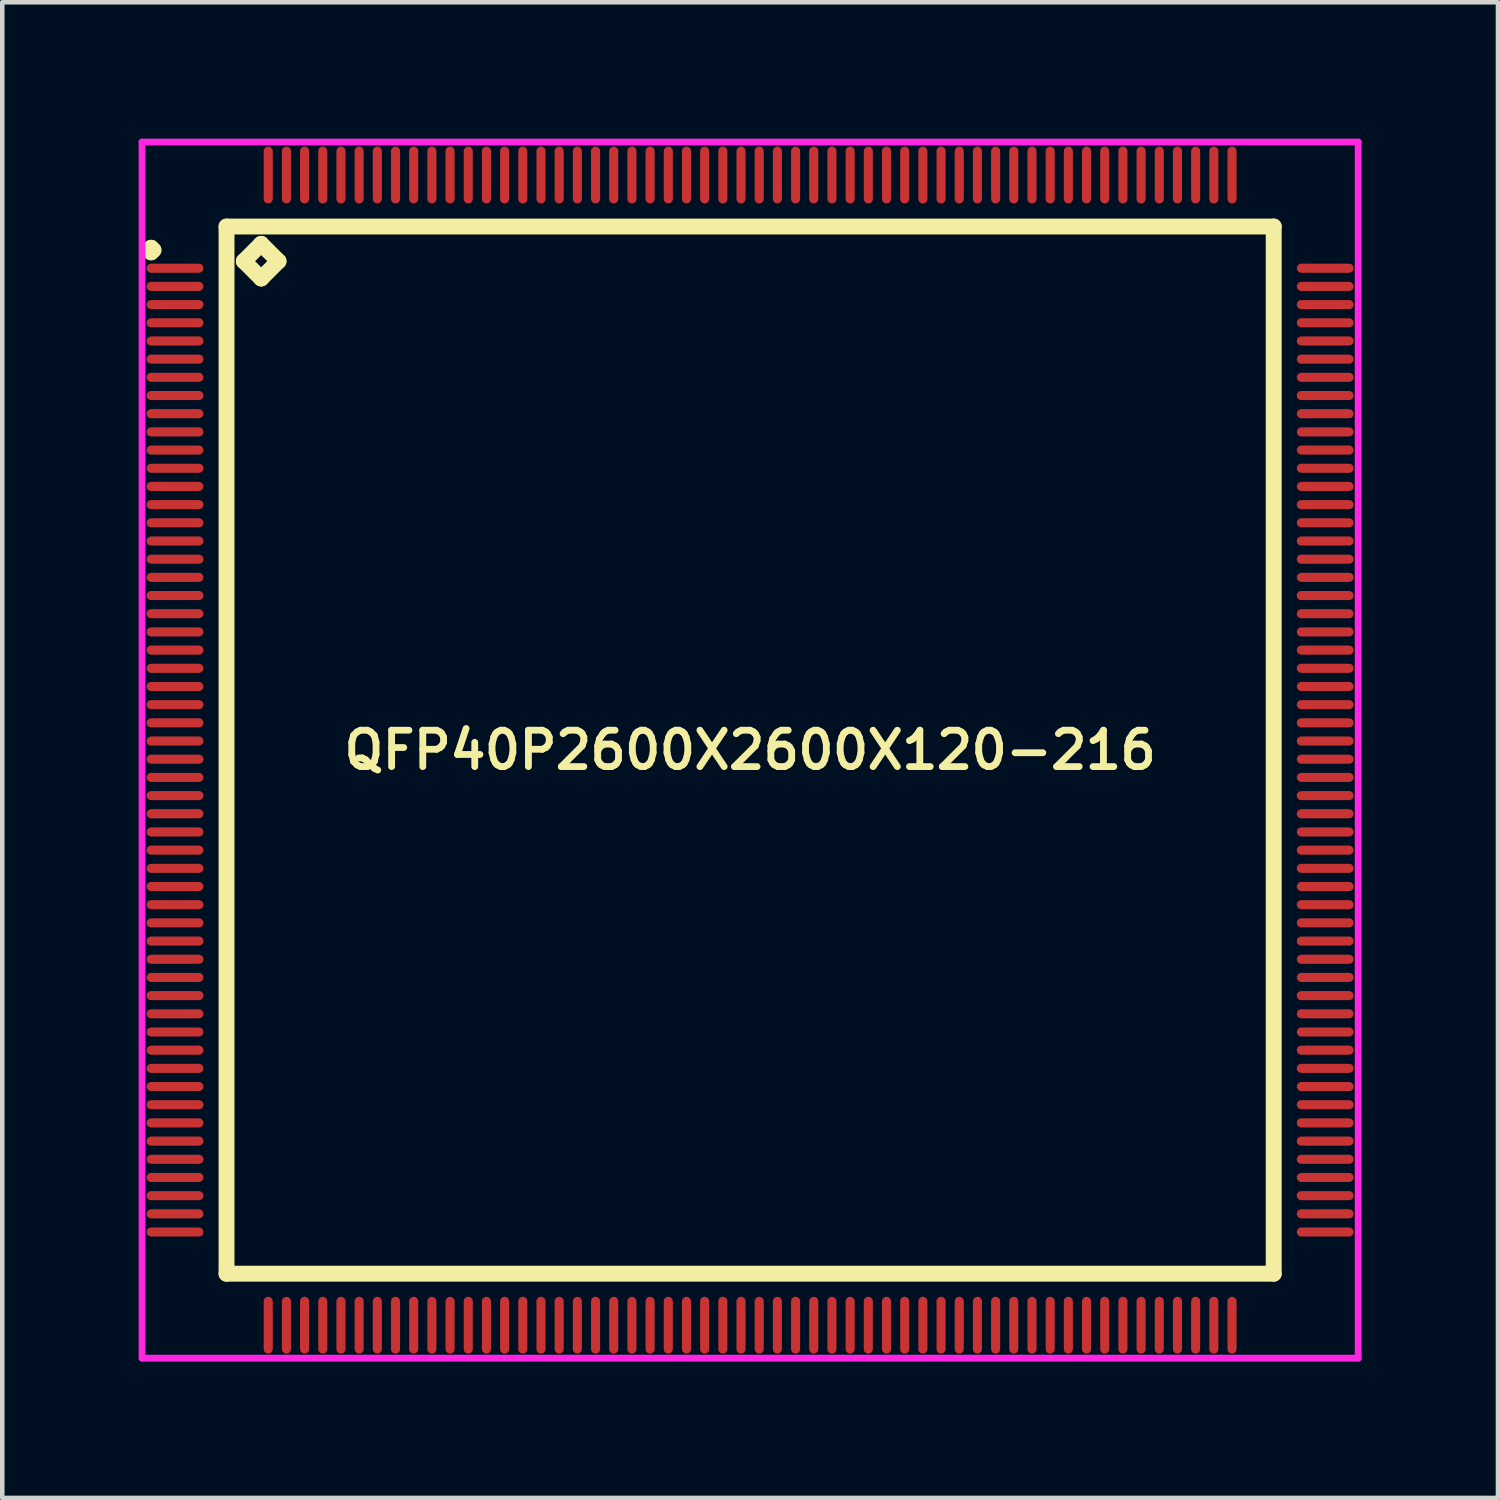
<source format=kicad_pcb>
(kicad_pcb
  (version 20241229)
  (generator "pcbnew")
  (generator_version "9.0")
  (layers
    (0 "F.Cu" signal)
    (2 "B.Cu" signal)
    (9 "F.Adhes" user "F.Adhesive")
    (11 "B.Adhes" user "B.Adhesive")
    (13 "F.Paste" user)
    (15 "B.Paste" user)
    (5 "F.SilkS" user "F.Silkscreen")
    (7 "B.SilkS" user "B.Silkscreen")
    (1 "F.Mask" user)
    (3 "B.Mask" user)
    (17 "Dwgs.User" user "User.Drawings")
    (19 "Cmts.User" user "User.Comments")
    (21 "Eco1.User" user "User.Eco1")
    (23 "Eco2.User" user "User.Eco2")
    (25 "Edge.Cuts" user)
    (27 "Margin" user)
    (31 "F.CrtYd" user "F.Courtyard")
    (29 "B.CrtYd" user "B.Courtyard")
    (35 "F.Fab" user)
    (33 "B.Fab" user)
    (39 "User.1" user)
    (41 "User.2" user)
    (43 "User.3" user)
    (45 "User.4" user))
  (footprint "QFP40P2600X2600X120-216"
    (layer "F.Cu")
    (at 13.45 13.45)
    (property "Reference" "QFP40P2600X2600X120-216" (at 0 0 0) (layer "F.SilkS") (effects (font (size 0.8 0.8) (thickness 0.15))))
    (attr smd)
    (fp_line (start -13.225 -11) (end -13.175 -11.05) (stroke (width 0.35) (type solid)) (layer "F.SilkS"))
    (fp_line (start -13.175 -11.05) (end -13.125 -11) (stroke (width 0.35) (type solid)) (layer "F.SilkS"))
    (fp_line (start -13.175 -10.95) (end -13.225 -11) (stroke (width 0.35) (type solid)) (layer "F.SilkS"))
    (fp_line (start -13.125 -11) (end -13.175 -10.95) (stroke (width 0.35) (type solid)) (layer "F.SilkS"))
    (fp_line (start -11.517 -11.517) (end -11.517 11.517) (stroke (width 0.35) (type solid)) (layer "F.SilkS"))
    (fp_line (start -11.517 11.517) (end 11.517 11.517) (stroke (width 0.35) (type solid)) (layer "F.SilkS"))
    (fp_line (start -11.136 -10.755) (end -10.755 -11.136) (stroke (width 0.35) (type solid)) (layer "F.SilkS"))
    (fp_line (start -10.755 -11.136) (end -10.374 -10.755) (stroke (width 0.35) (type solid)) (layer "F.SilkS"))
    (fp_line (start -10.755 -10.374) (end -11.136 -10.755) (stroke (width 0.35) (type solid)) (layer "F.SilkS"))
    (fp_line (start -10.374 -10.755) (end -10.755 -10.374) (stroke (width 0.35) (type solid)) (layer "F.SilkS"))
    (fp_line (start 11.517 -11.517) (end -11.517 -11.517) (stroke (width 0.35) (type solid)) (layer "F.SilkS"))
    (fp_line (start 11.517 11.517) (end 11.517 -11.517) (stroke (width 0.35) (type solid)) (layer "F.SilkS"))
    (fp_line (start -13.375 -13.375) (end 13.375 -13.375) (stroke (width 0.15) (type solid)) (layer "F.CrtYd"))
    (fp_line (start -13.375 13.375) (end -13.375 -13.375) (stroke (width 0.15) (type solid)) (layer "F.CrtYd"))
    (fp_line (start 13.375 -13.375) (end 13.375 13.375) (stroke (width 0.15) (type solid)) (layer "F.CrtYd"))
    (fp_line (start 13.375 13.375) (end -13.375 13.375) (stroke (width 0.15) (type solid)) (layer "F.CrtYd"))
    (pad "1" smd oval (at -12.65 -10.6) (size 1.25 0.2) (layers "F.Cu" "F.Mask" "F.Paste"))
    (pad "2" smd oval (at -12.65 -10.2) (size 1.25 0.2) (layers "F.Cu" "F.Mask" "F.Paste"))
    (pad "3" smd oval (at -12.65 -9.8) (size 1.25 0.2) (layers "F.Cu" "F.Mask" "F.Paste"))
    (pad "4" smd oval (at -12.65 -9.4) (size 1.25 0.2) (layers "F.Cu" "F.Mask" "F.Paste"))
    (pad "5" smd oval (at -12.65 -9) (size 1.25 0.2) (layers "F.Cu" "F.Mask" "F.Paste"))
    (pad "6" smd oval (at -12.65 -8.6) (size 1.25 0.2) (layers "F.Cu" "F.Mask" "F.Paste"))
    (pad "7" smd oval (at -12.65 -8.2) (size 1.25 0.2) (layers "F.Cu" "F.Mask" "F.Paste"))
    (pad "8" smd oval (at -12.65 -7.8) (size 1.25 0.2) (layers "F.Cu" "F.Mask" "F.Paste"))
    (pad "9" smd oval (at -12.65 -7.4) (size 1.25 0.2) (layers "F.Cu" "F.Mask" "F.Paste"))
    (pad "10" smd oval (at -12.65 -7) (size 1.25 0.2) (layers "F.Cu" "F.Mask" "F.Paste"))
    (pad "11" smd oval (at -12.65 -6.6) (size 1.25 0.2) (layers "F.Cu" "F.Mask" "F.Paste"))
    (pad "12" smd oval (at -12.65 -6.2) (size 1.25 0.2) (layers "F.Cu" "F.Mask" "F.Paste"))
    (pad "13" smd oval (at -12.65 -5.8) (size 1.25 0.2) (layers "F.Cu" "F.Mask" "F.Paste"))
    (pad "14" smd oval (at -12.65 -5.4) (size 1.25 0.2) (layers "F.Cu" "F.Mask" "F.Paste"))
    (pad "15" smd oval (at -12.65 -5) (size 1.25 0.2) (layers "F.Cu" "F.Mask" "F.Paste"))
    (pad "16" smd oval (at -12.65 -4.6) (size 1.25 0.2) (layers "F.Cu" "F.Mask" "F.Paste"))
    (pad "17" smd oval (at -12.65 -4.2) (size 1.25 0.2) (layers "F.Cu" "F.Mask" "F.Paste"))
    (pad "18" smd oval (at -12.65 -3.8) (size 1.25 0.2) (layers "F.Cu" "F.Mask" "F.Paste"))
    (pad "19" smd oval (at -12.65 -3.4) (size 1.25 0.2) (layers "F.Cu" "F.Mask" "F.Paste"))
    (pad "20" smd oval (at -12.65 -3) (size 1.25 0.2) (layers "F.Cu" "F.Mask" "F.Paste"))
    (pad "21" smd oval (at -12.65 -2.6) (size 1.25 0.2) (layers "F.Cu" "F.Mask" "F.Paste"))
    (pad "22" smd oval (at -12.65 -2.2) (size 1.25 0.2) (layers "F.Cu" "F.Mask" "F.Paste"))
    (pad "23" smd oval (at -12.65 -1.8) (size 1.25 0.2) (layers "F.Cu" "F.Mask" "F.Paste"))
    (pad "24" smd oval (at -12.65 -1.4) (size 1.25 0.2) (layers "F.Cu" "F.Mask" "F.Paste"))
    (pad "25" smd oval (at -12.65 -1) (size 1.25 0.2) (layers "F.Cu" "F.Mask" "F.Paste"))
    (pad "26" smd oval (at -12.65 -0.6) (size 1.25 0.2) (layers "F.Cu" "F.Mask" "F.Paste"))
    (pad "27" smd oval (at -12.65 -0.2) (size 1.25 0.2) (layers "F.Cu" "F.Mask" "F.Paste"))
    (pad "28" smd oval (at -12.65 0.2) (size 1.25 0.2) (layers "F.Cu" "F.Mask" "F.Paste"))
    (pad "29" smd oval (at -12.65 0.6) (size 1.25 0.2) (layers "F.Cu" "F.Mask" "F.Paste"))
    (pad "30" smd oval (at -12.65 1) (size 1.25 0.2) (layers "F.Cu" "F.Mask" "F.Paste"))
    (pad "31" smd oval (at -12.65 1.4) (size 1.25 0.2) (layers "F.Cu" "F.Mask" "F.Paste"))
    (pad "32" smd oval (at -12.65 1.8) (size 1.25 0.2) (layers "F.Cu" "F.Mask" "F.Paste"))
    (pad "33" smd oval (at -12.65 2.2) (size 1.25 0.2) (layers "F.Cu" "F.Mask" "F.Paste"))
    (pad "34" smd oval (at -12.65 2.6) (size 1.25 0.2) (layers "F.Cu" "F.Mask" "F.Paste"))
    (pad "35" smd oval (at -12.65 3) (size 1.25 0.2) (layers "F.Cu" "F.Mask" "F.Paste"))
    (pad "36" smd oval (at -12.65 3.4) (size 1.25 0.2) (layers "F.Cu" "F.Mask" "F.Paste"))
    (pad "37" smd oval (at -12.65 3.8) (size 1.25 0.2) (layers "F.Cu" "F.Mask" "F.Paste"))
    (pad "38" smd oval (at -12.65 4.2) (size 1.25 0.2) (layers "F.Cu" "F.Mask" "F.Paste"))
    (pad "39" smd oval (at -12.65 4.6) (size 1.25 0.2) (layers "F.Cu" "F.Mask" "F.Paste"))
    (pad "40" smd oval (at -12.65 5) (size 1.25 0.2) (layers "F.Cu" "F.Mask" "F.Paste"))
    (pad "41" smd oval (at -12.65 5.4) (size 1.25 0.2) (layers "F.Cu" "F.Mask" "F.Paste"))
    (pad "42" smd oval (at -12.65 5.8) (size 1.25 0.2) (layers "F.Cu" "F.Mask" "F.Paste"))
    (pad "43" smd oval (at -12.65 6.2) (size 1.25 0.2) (layers "F.Cu" "F.Mask" "F.Paste"))
    (pad "44" smd oval (at -12.65 6.6) (size 1.25 0.2) (layers "F.Cu" "F.Mask" "F.Paste"))
    (pad "45" smd oval (at -12.65 7) (size 1.25 0.2) (layers "F.Cu" "F.Mask" "F.Paste"))
    (pad "46" smd oval (at -12.65 7.4) (size 1.25 0.2) (layers "F.Cu" "F.Mask" "F.Paste"))
    (pad "47" smd oval (at -12.65 7.8) (size 1.25 0.2) (layers "F.Cu" "F.Mask" "F.Paste"))
    (pad "48" smd oval (at -12.65 8.2) (size 1.25 0.2) (layers "F.Cu" "F.Mask" "F.Paste"))
    (pad "49" smd oval (at -12.65 8.6) (size 1.25 0.2) (layers "F.Cu" "F.Mask" "F.Paste"))
    (pad "50" smd oval (at -12.65 9) (size 1.25 0.2) (layers "F.Cu" "F.Mask" "F.Paste"))
    (pad "51" smd oval (at -12.65 9.4) (size 1.25 0.2) (layers "F.Cu" "F.Mask" "F.Paste"))
    (pad "52" smd oval (at -12.65 9.8) (size 1.25 0.2) (layers "F.Cu" "F.Mask" "F.Paste"))
    (pad "53" smd oval (at -12.65 10.2) (size 1.25 0.2) (layers "F.Cu" "F.Mask" "F.Paste"))
    (pad "54" smd oval (at -12.65 10.6) (size 1.25 0.2) (layers "F.Cu" "F.Mask" "F.Paste"))
    (pad "55" smd oval (at -10.6 12.65) (size 0.2 1.25) (layers "F.Cu" "F.Mask" "F.Paste"))
    (pad "56" smd oval (at -10.2 12.65) (size 0.2 1.25) (layers "F.Cu" "F.Mask" "F.Paste"))
    (pad "57" smd oval (at -9.8 12.65) (size 0.2 1.25) (layers "F.Cu" "F.Mask" "F.Paste"))
    (pad "58" smd oval (at -9.4 12.65) (size 0.2 1.25) (layers "F.Cu" "F.Mask" "F.Paste"))
    (pad "59" smd oval (at -9 12.65) (size 0.2 1.25) (layers "F.Cu" "F.Mask" "F.Paste"))
    (pad "60" smd oval (at -8.6 12.65) (size 0.2 1.25) (layers "F.Cu" "F.Mask" "F.Paste"))
    (pad "61" smd oval (at -8.2 12.65) (size 0.2 1.25) (layers "F.Cu" "F.Mask" "F.Paste"))
    (pad "62" smd oval (at -7.8 12.65) (size 0.2 1.25) (layers "F.Cu" "F.Mask" "F.Paste"))
    (pad "63" smd oval (at -7.4 12.65) (size 0.2 1.25) (layers "F.Cu" "F.Mask" "F.Paste"))
    (pad "64" smd oval (at -7 12.65) (size 0.2 1.25) (layers "F.Cu" "F.Mask" "F.Paste"))
    (pad "65" smd oval (at -6.6 12.65) (size 0.2 1.25) (layers "F.Cu" "F.Mask" "F.Paste"))
    (pad "66" smd oval (at -6.2 12.65) (size 0.2 1.25) (layers "F.Cu" "F.Mask" "F.Paste"))
    (pad "67" smd oval (at -5.8 12.65) (size 0.2 1.25) (layers "F.Cu" "F.Mask" "F.Paste"))
    (pad "68" smd oval (at -5.4 12.65) (size 0.2 1.25) (layers "F.Cu" "F.Mask" "F.Paste"))
    (pad "69" smd oval (at -5 12.65) (size 0.2 1.25) (layers "F.Cu" "F.Mask" "F.Paste"))
    (pad "70" smd oval (at -4.6 12.65) (size 0.2 1.25) (layers "F.Cu" "F.Mask" "F.Paste"))
    (pad "71" smd oval (at -4.2 12.65) (size 0.2 1.25) (layers "F.Cu" "F.Mask" "F.Paste"))
    (pad "72" smd oval (at -3.8 12.65) (size 0.2 1.25) (layers "F.Cu" "F.Mask" "F.Paste"))
    (pad "73" smd oval (at -3.4 12.65) (size 0.2 1.25) (layers "F.Cu" "F.Mask" "F.Paste"))
    (pad "74" smd oval (at -3 12.65) (size 0.2 1.25) (layers "F.Cu" "F.Mask" "F.Paste"))
    (pad "75" smd oval (at -2.6 12.65) (size 0.2 1.25) (layers "F.Cu" "F.Mask" "F.Paste"))
    (pad "76" smd oval (at -2.2 12.65) (size 0.2 1.25) (layers "F.Cu" "F.Mask" "F.Paste"))
    (pad "77" smd oval (at -1.8 12.65) (size 0.2 1.25) (layers "F.Cu" "F.Mask" "F.Paste"))
    (pad "78" smd oval (at -1.4 12.65) (size 0.2 1.25) (layers "F.Cu" "F.Mask" "F.Paste"))
    (pad "79" smd oval (at -1 12.65) (size 0.2 1.25) (layers "F.Cu" "F.Mask" "F.Paste"))
    (pad "80" smd oval (at -0.6 12.65) (size 0.2 1.25) (layers "F.Cu" "F.Mask" "F.Paste"))
    (pad "81" smd oval (at -0.2 12.65) (size 0.2 1.25) (layers "F.Cu" "F.Mask" "F.Paste"))
    (pad "82" smd oval (at 0.2 12.65) (size 0.2 1.25) (layers "F.Cu" "F.Mask" "F.Paste"))
    (pad "83" smd oval (at 0.6 12.65) (size 0.2 1.25) (layers "F.Cu" "F.Mask" "F.Paste"))
    (pad "84" smd oval (at 1 12.65) (size 0.2 1.25) (layers "F.Cu" "F.Mask" "F.Paste"))
    (pad "85" smd oval (at 1.4 12.65) (size 0.2 1.25) (layers "F.Cu" "F.Mask" "F.Paste"))
    (pad "86" smd oval (at 1.8 12.65) (size 0.2 1.25) (layers "F.Cu" "F.Mask" "F.Paste"))
    (pad "87" smd oval (at 2.2 12.65) (size 0.2 1.25) (layers "F.Cu" "F.Mask" "F.Paste"))
    (pad "88" smd oval (at 2.6 12.65) (size 0.2 1.25) (layers "F.Cu" "F.Mask" "F.Paste"))
    (pad "89" smd oval (at 3 12.65) (size 0.2 1.25) (layers "F.Cu" "F.Mask" "F.Paste"))
    (pad "90" smd oval (at 3.4 12.65) (size 0.2 1.25) (layers "F.Cu" "F.Mask" "F.Paste"))
    (pad "91" smd oval (at 3.8 12.65) (size 0.2 1.25) (layers "F.Cu" "F.Mask" "F.Paste"))
    (pad "92" smd oval (at 4.2 12.65) (size 0.2 1.25) (layers "F.Cu" "F.Mask" "F.Paste"))
    (pad "93" smd oval (at 4.6 12.65) (size 0.2 1.25) (layers "F.Cu" "F.Mask" "F.Paste"))
    (pad "94" smd oval (at 5 12.65) (size 0.2 1.25) (layers "F.Cu" "F.Mask" "F.Paste"))
    (pad "95" smd oval (at 5.4 12.65) (size 0.2 1.25) (layers "F.Cu" "F.Mask" "F.Paste"))
    (pad "96" smd oval (at 5.8 12.65) (size 0.2 1.25) (layers "F.Cu" "F.Mask" "F.Paste"))
    (pad "97" smd oval (at 6.2 12.65) (size 0.2 1.25) (layers "F.Cu" "F.Mask" "F.Paste"))
    (pad "98" smd oval (at 6.6 12.65) (size 0.2 1.25) (layers "F.Cu" "F.Mask" "F.Paste"))
    (pad "99" smd oval (at 7 12.65) (size 0.2 1.25) (layers "F.Cu" "F.Mask" "F.Paste"))
    (pad "100" smd oval (at 7.4 12.65) (size 0.2 1.25) (layers "F.Cu" "F.Mask" "F.Paste"))
    (pad "101" smd oval (at 7.8 12.65) (size 0.2 1.25) (layers "F.Cu" "F.Mask" "F.Paste"))
    (pad "102" smd oval (at 8.2 12.65) (size 0.2 1.25) (layers "F.Cu" "F.Mask" "F.Paste"))
    (pad "103" smd oval (at 8.6 12.65) (size 0.2 1.25) (layers "F.Cu" "F.Mask" "F.Paste"))
    (pad "104" smd oval (at 9 12.65) (size 0.2 1.25) (layers "F.Cu" "F.Mask" "F.Paste"))
    (pad "105" smd oval (at 9.4 12.65) (size 0.2 1.25) (layers "F.Cu" "F.Mask" "F.Paste"))
    (pad "106" smd oval (at 9.8 12.65) (size 0.2 1.25) (layers "F.Cu" "F.Mask" "F.Paste"))
    (pad "107" smd oval (at 10.2 12.65) (size 0.2 1.25) (layers "F.Cu" "F.Mask" "F.Paste"))
    (pad "108" smd oval (at 10.6 12.65) (size 0.2 1.25) (layers "F.Cu" "F.Mask" "F.Paste"))
    (pad "109" smd oval (at 12.65 10.6) (size 1.25 0.2) (layers "F.Cu" "F.Mask" "F.Paste"))
    (pad "110" smd oval (at 12.65 10.2) (size 1.25 0.2) (layers "F.Cu" "F.Mask" "F.Paste"))
    (pad "111" smd oval (at 12.65 9.8) (size 1.25 0.2) (layers "F.Cu" "F.Mask" "F.Paste"))
    (pad "112" smd oval (at 12.65 9.4) (size 1.25 0.2) (layers "F.Cu" "F.Mask" "F.Paste"))
    (pad "113" smd oval (at 12.65 9) (size 1.25 0.2) (layers "F.Cu" "F.Mask" "F.Paste"))
    (pad "114" smd oval (at 12.65 8.6) (size 1.25 0.2) (layers "F.Cu" "F.Mask" "F.Paste"))
    (pad "115" smd oval (at 12.65 8.2) (size 1.25 0.2) (layers "F.Cu" "F.Mask" "F.Paste"))
    (pad "116" smd oval (at 12.65 7.8) (size 1.25 0.2) (layers "F.Cu" "F.Mask" "F.Paste"))
    (pad "117" smd oval (at 12.65 7.4) (size 1.25 0.2) (layers "F.Cu" "F.Mask" "F.Paste"))
    (pad "118" smd oval (at 12.65 7) (size 1.25 0.2) (layers "F.Cu" "F.Mask" "F.Paste"))
    (pad "119" smd oval (at 12.65 6.6) (size 1.25 0.2) (layers "F.Cu" "F.Mask" "F.Paste"))
    (pad "120" smd oval (at 12.65 6.2) (size 1.25 0.2) (layers "F.Cu" "F.Mask" "F.Paste"))
    (pad "121" smd oval (at 12.65 5.8) (size 1.25 0.2) (layers "F.Cu" "F.Mask" "F.Paste"))
    (pad "122" smd oval (at 12.65 5.4) (size 1.25 0.2) (layers "F.Cu" "F.Mask" "F.Paste"))
    (pad "123" smd oval (at 12.65 5) (size 1.25 0.2) (layers "F.Cu" "F.Mask" "F.Paste"))
    (pad "124" smd oval (at 12.65 4.6) (size 1.25 0.2) (layers "F.Cu" "F.Mask" "F.Paste"))
    (pad "125" smd oval (at 12.65 4.2) (size 1.25 0.2) (layers "F.Cu" "F.Mask" "F.Paste"))
    (pad "126" smd oval (at 12.65 3.8) (size 1.25 0.2) (layers "F.Cu" "F.Mask" "F.Paste"))
    (pad "127" smd oval (at 12.65 3.4) (size 1.25 0.2) (layers "F.Cu" "F.Mask" "F.Paste"))
    (pad "128" smd oval (at 12.65 3) (size 1.25 0.2) (layers "F.Cu" "F.Mask" "F.Paste"))
    (pad "129" smd oval (at 12.65 2.6) (size 1.25 0.2) (layers "F.Cu" "F.Mask" "F.Paste"))
    (pad "130" smd oval (at 12.65 2.2) (size 1.25 0.2) (layers "F.Cu" "F.Mask" "F.Paste"))
    (pad "131" smd oval (at 12.65 1.8) (size 1.25 0.2) (layers "F.Cu" "F.Mask" "F.Paste"))
    (pad "132" smd oval (at 12.65 1.4) (size 1.25 0.2) (layers "F.Cu" "F.Mask" "F.Paste"))
    (pad "133" smd oval (at 12.65 1) (size 1.25 0.2) (layers "F.Cu" "F.Mask" "F.Paste"))
    (pad "134" smd oval (at 12.65 0.6) (size 1.25 0.2) (layers "F.Cu" "F.Mask" "F.Paste"))
    (pad "135" smd oval (at 12.65 0.2) (size 1.25 0.2) (layers "F.Cu" "F.Mask" "F.Paste"))
    (pad "136" smd oval (at 12.65 -0.2) (size 1.25 0.2) (layers "F.Cu" "F.Mask" "F.Paste"))
    (pad "137" smd oval (at 12.65 -0.6) (size 1.25 0.2) (layers "F.Cu" "F.Mask" "F.Paste"))
    (pad "138" smd oval (at 12.65 -1) (size 1.25 0.2) (layers "F.Cu" "F.Mask" "F.Paste"))
    (pad "139" smd oval (at 12.65 -1.4) (size 1.25 0.2) (layers "F.Cu" "F.Mask" "F.Paste"))
    (pad "140" smd oval (at 12.65 -1.8) (size 1.25 0.2) (layers "F.Cu" "F.Mask" "F.Paste"))
    (pad "141" smd oval (at 12.65 -2.2) (size 1.25 0.2) (layers "F.Cu" "F.Mask" "F.Paste"))
    (pad "142" smd oval (at 12.65 -2.6) (size 1.25 0.2) (layers "F.Cu" "F.Mask" "F.Paste"))
    (pad "143" smd oval (at 12.65 -3) (size 1.25 0.2) (layers "F.Cu" "F.Mask" "F.Paste"))
    (pad "144" smd oval (at 12.65 -3.4) (size 1.25 0.2) (layers "F.Cu" "F.Mask" "F.Paste"))
    (pad "145" smd oval (at 12.65 -3.8) (size 1.25 0.2) (layers "F.Cu" "F.Mask" "F.Paste"))
    (pad "146" smd oval (at 12.65 -4.2) (size 1.25 0.2) (layers "F.Cu" "F.Mask" "F.Paste"))
    (pad "147" smd oval (at 12.65 -4.6) (size 1.25 0.2) (layers "F.Cu" "F.Mask" "F.Paste"))
    (pad "148" smd oval (at 12.65 -5) (size 1.25 0.2) (layers "F.Cu" "F.Mask" "F.Paste"))
    (pad "149" smd oval (at 12.65 -5.4) (size 1.25 0.2) (layers "F.Cu" "F.Mask" "F.Paste"))
    (pad "150" smd oval (at 12.65 -5.8) (size 1.25 0.2) (layers "F.Cu" "F.Mask" "F.Paste"))
    (pad "151" smd oval (at 12.65 -6.2) (size 1.25 0.2) (layers "F.Cu" "F.Mask" "F.Paste"))
    (pad "152" smd oval (at 12.65 -6.6) (size 1.25 0.2) (layers "F.Cu" "F.Mask" "F.Paste"))
    (pad "153" smd oval (at 12.65 -7) (size 1.25 0.2) (layers "F.Cu" "F.Mask" "F.Paste"))
    (pad "154" smd oval (at 12.65 -7.4) (size 1.25 0.2) (layers "F.Cu" "F.Mask" "F.Paste"))
    (pad "155" smd oval (at 12.65 -7.8) (size 1.25 0.2) (layers "F.Cu" "F.Mask" "F.Paste"))
    (pad "156" smd oval (at 12.65 -8.2) (size 1.25 0.2) (layers "F.Cu" "F.Mask" "F.Paste"))
    (pad "157" smd oval (at 12.65 -8.6) (size 1.25 0.2) (layers "F.Cu" "F.Mask" "F.Paste"))
    (pad "158" smd oval (at 12.65 -9) (size 1.25 0.2) (layers "F.Cu" "F.Mask" "F.Paste"))
    (pad "159" smd oval (at 12.65 -9.4) (size 1.25 0.2) (layers "F.Cu" "F.Mask" "F.Paste"))
    (pad "160" smd oval (at 12.65 -9.8) (size 1.25 0.2) (layers "F.Cu" "F.Mask" "F.Paste"))
    (pad "161" smd oval (at 12.65 -10.2) (size 1.25 0.2) (layers "F.Cu" "F.Mask" "F.Paste"))
    (pad "162" smd oval (at 12.65 -10.6) (size 1.25 0.2) (layers "F.Cu" "F.Mask" "F.Paste"))
    (pad "163" smd oval (at 10.6 -12.65) (size 0.2 1.25) (layers "F.Cu" "F.Mask" "F.Paste"))
    (pad "164" smd oval (at 10.2 -12.65) (size 0.2 1.25) (layers "F.Cu" "F.Mask" "F.Paste"))
    (pad "165" smd oval (at 9.8 -12.65) (size 0.2 1.25) (layers "F.Cu" "F.Mask" "F.Paste"))
    (pad "166" smd oval (at 9.4 -12.65) (size 0.2 1.25) (layers "F.Cu" "F.Mask" "F.Paste"))
    (pad "167" smd oval (at 9 -12.65) (size 0.2 1.25) (layers "F.Cu" "F.Mask" "F.Paste"))
    (pad "168" smd oval (at 8.6 -12.65) (size 0.2 1.25) (layers "F.Cu" "F.Mask" "F.Paste"))
    (pad "169" smd oval (at 8.2 -12.65) (size 0.2 1.25) (layers "F.Cu" "F.Mask" "F.Paste"))
    (pad "170" smd oval (at 7.8 -12.65) (size 0.2 1.25) (layers "F.Cu" "F.Mask" "F.Paste"))
    (pad "171" smd oval (at 7.4 -12.65) (size 0.2 1.25) (layers "F.Cu" "F.Mask" "F.Paste"))
    (pad "172" smd oval (at 7 -12.65) (size 0.2 1.25) (layers "F.Cu" "F.Mask" "F.Paste"))
    (pad "173" smd oval (at 6.6 -12.65) (size 0.2 1.25) (layers "F.Cu" "F.Mask" "F.Paste"))
    (pad "174" smd oval (at 6.2 -12.65) (size 0.2 1.25) (layers "F.Cu" "F.Mask" "F.Paste"))
    (pad "175" smd oval (at 5.8 -12.65) (size 0.2 1.25) (layers "F.Cu" "F.Mask" "F.Paste"))
    (pad "176" smd oval (at 5.4 -12.65) (size 0.2 1.25) (layers "F.Cu" "F.Mask" "F.Paste"))
    (pad "177" smd oval (at 5 -12.65) (size 0.2 1.25) (layers "F.Cu" "F.Mask" "F.Paste"))
    (pad "178" smd oval (at 4.6 -12.65) (size 0.2 1.25) (layers "F.Cu" "F.Mask" "F.Paste"))
    (pad "179" smd oval (at 4.2 -12.65) (size 0.2 1.25) (layers "F.Cu" "F.Mask" "F.Paste"))
    (pad "180" smd oval (at 3.8 -12.65) (size 0.2 1.25) (layers "F.Cu" "F.Mask" "F.Paste"))
    (pad "181" smd oval (at 3.4 -12.65) (size 0.2 1.25) (layers "F.Cu" "F.Mask" "F.Paste"))
    (pad "182" smd oval (at 3 -12.65) (size 0.2 1.25) (layers "F.Cu" "F.Mask" "F.Paste"))
    (pad "183" smd oval (at 2.6 -12.65) (size 0.2 1.25) (layers "F.Cu" "F.Mask" "F.Paste"))
    (pad "184" smd oval (at 2.2 -12.65) (size 0.2 1.25) (layers "F.Cu" "F.Mask" "F.Paste"))
    (pad "185" smd oval (at 1.8 -12.65) (size 0.2 1.25) (layers "F.Cu" "F.Mask" "F.Paste"))
    (pad "186" smd oval (at 1.4 -12.65) (size 0.2 1.25) (layers "F.Cu" "F.Mask" "F.Paste"))
    (pad "187" smd oval (at 1 -12.65) (size 0.2 1.25) (layers "F.Cu" "F.Mask" "F.Paste"))
    (pad "188" smd oval (at 0.6 -12.65) (size 0.2 1.25) (layers "F.Cu" "F.Mask" "F.Paste"))
    (pad "189" smd oval (at 0.2 -12.65) (size 0.2 1.25) (layers "F.Cu" "F.Mask" "F.Paste"))
    (pad "190" smd oval (at -0.2 -12.65) (size 0.2 1.25) (layers "F.Cu" "F.Mask" "F.Paste"))
    (pad "191" smd oval (at -0.6 -12.65) (size 0.2 1.25) (layers "F.Cu" "F.Mask" "F.Paste"))
    (pad "192" smd oval (at -1 -12.65) (size 0.2 1.25) (layers "F.Cu" "F.Mask" "F.Paste"))
    (pad "193" smd oval (at -1.4 -12.65) (size 0.2 1.25) (layers "F.Cu" "F.Mask" "F.Paste"))
    (pad "194" smd oval (at -1.8 -12.65) (size 0.2 1.25) (layers "F.Cu" "F.Mask" "F.Paste"))
    (pad "195" smd oval (at -2.2 -12.65) (size 0.2 1.25) (layers "F.Cu" "F.Mask" "F.Paste"))
    (pad "196" smd oval (at -2.6 -12.65) (size 0.2 1.25) (layers "F.Cu" "F.Mask" "F.Paste"))
    (pad "197" smd oval (at -3 -12.65) (size 0.2 1.25) (layers "F.Cu" "F.Mask" "F.Paste"))
    (pad "198" smd oval (at -3.4 -12.65) (size 0.2 1.25) (layers "F.Cu" "F.Mask" "F.Paste"))
    (pad "199" smd oval (at -3.8 -12.65) (size 0.2 1.25) (layers "F.Cu" "F.Mask" "F.Paste"))
    (pad "200" smd oval (at -4.2 -12.65) (size 0.2 1.25) (layers "F.Cu" "F.Mask" "F.Paste"))
    (pad "201" smd oval (at -4.6 -12.65) (size 0.2 1.25) (layers "F.Cu" "F.Mask" "F.Paste"))
    (pad "202" smd oval (at -5 -12.65) (size 0.2 1.25) (layers "F.Cu" "F.Mask" "F.Paste"))
    (pad "203" smd oval (at -5.4 -12.65) (size 0.2 1.25) (layers "F.Cu" "F.Mask" "F.Paste"))
    (pad "204" smd oval (at -5.8 -12.65) (size 0.2 1.25) (layers "F.Cu" "F.Mask" "F.Paste"))
    (pad "205" smd oval (at -6.2 -12.65) (size 0.2 1.25) (layers "F.Cu" "F.Mask" "F.Paste"))
    (pad "206" smd oval (at -6.6 -12.65) (size 0.2 1.25) (layers "F.Cu" "F.Mask" "F.Paste"))
    (pad "207" smd oval (at -7 -12.65) (size 0.2 1.25) (layers "F.Cu" "F.Mask" "F.Paste"))
    (pad "208" smd oval (at -7.4 -12.65) (size 0.2 1.25) (layers "F.Cu" "F.Mask" "F.Paste"))
    (pad "209" smd oval (at -7.8 -12.65) (size 0.2 1.25) (layers "F.Cu" "F.Mask" "F.Paste"))
    (pad "210" smd oval (at -8.2 -12.65) (size 0.2 1.25) (layers "F.Cu" "F.Mask" "F.Paste"))
    (pad "211" smd oval (at -8.6 -12.65) (size 0.2 1.25) (layers "F.Cu" "F.Mask" "F.Paste"))
    (pad "212" smd oval (at -9 -12.65) (size 0.2 1.25) (layers "F.Cu" "F.Mask" "F.Paste"))
    (pad "213" smd oval (at -9.4 -12.65) (size 0.2 1.25) (layers "F.Cu" "F.Mask" "F.Paste"))
    (pad "214" smd oval (at -9.8 -12.65) (size 0.2 1.25) (layers "F.Cu" "F.Mask" "F.Paste"))
    (pad "215" smd oval (at -10.2 -12.65) (size 0.2 1.25) (layers "F.Cu" "F.Mask" "F.Paste"))
    (pad "216" smd oval (at -10.6 -12.65) (size 0.2 1.25) (layers "F.Cu" "F.Mask" "F.Paste")))
  (gr_rect
    (start -3 -3)
    (end 29.9 29.9)
    (stroke (width 0.1) (type default))
    (fill no)
    (layer "Edge.Cuts")))
</source>
